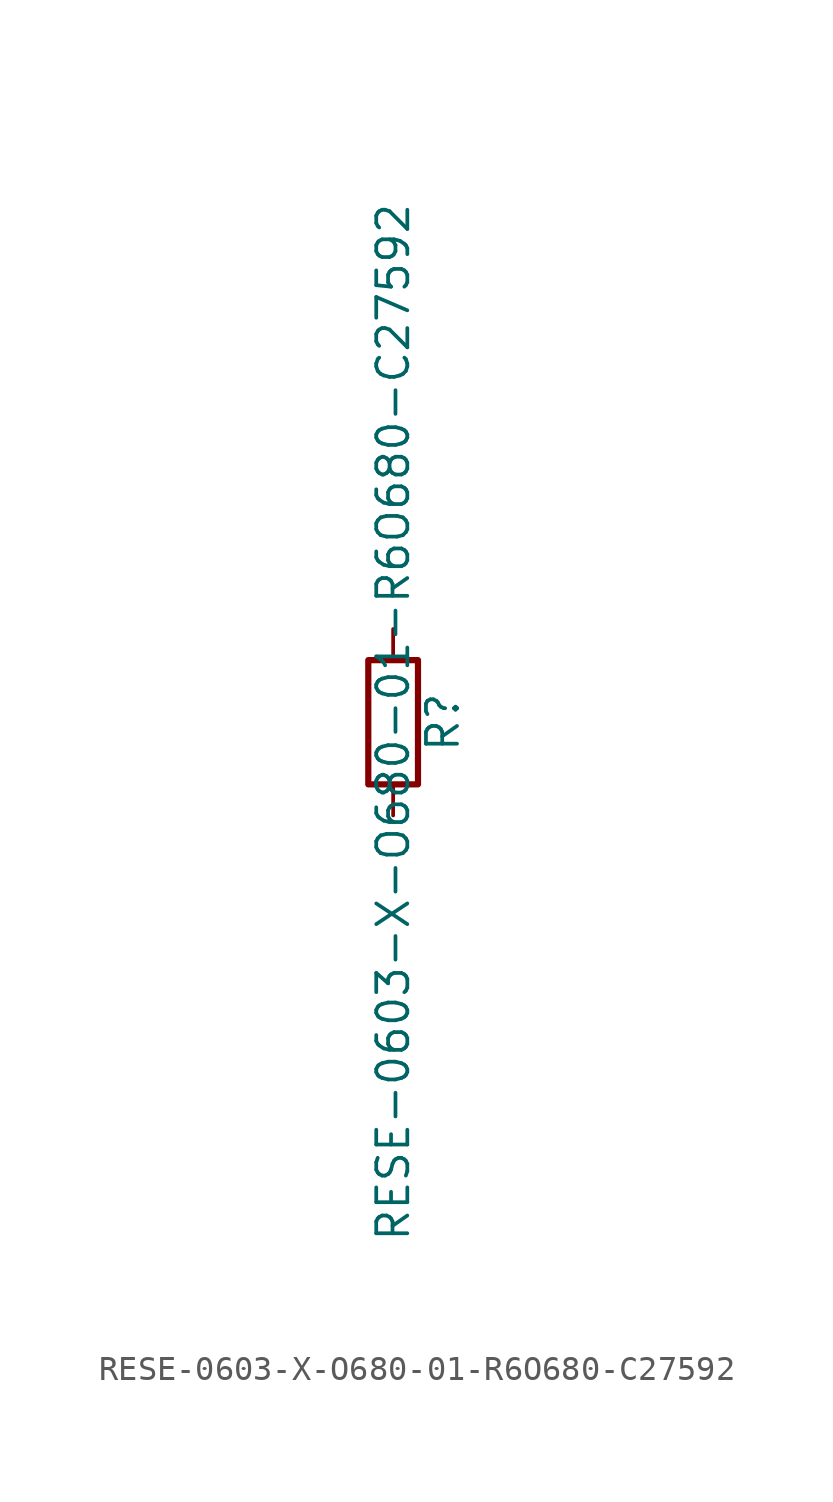
<source format=kicad_sym>
(kicad_symbol_lib
  (version 20211014)
  (generator kicad_symbol_editor)
  (symbol "RESE-0603-X-O680-01-R6O680-C27592"
    (pin_numbers hide)
    (pin_names
      (offset 0))
    (property "Reference" "R"
      (at 2.032 0 90)
      (effects (font (size 1.27 1.27))))
    (property "Value" "RESE-0603-X-O680-01-R6O680-C27592"
      (at 0 0 90)
      (effects (font (size 1.27 1.27))))
    (symbol "RESE-0603-X-O680-01-R6O680-C27592_0_1"
      (rectangle (start -1.016 -2.54) (end 1.016 2.54) (stroke (width 0.254) (type default) (color 0 0 0 0)) (fill (type none))))
    (symbol "RESE-0603-X-O680-01-R6O680-C27592_1_1"
      (pin passive line (at 0 3.81 270) (length 1.27) (name "~" (effects (font (size 1.27 1.27)))) (number "1" (effects (font (size 1.27 1.27)))))
      (pin passive line (at 0 -3.81 90) (length 1.27) (name "~" (effects (font (size 1.27 1.27)))) (number "2" (effects (font (size 1.27 1.27))))))))
</source>
